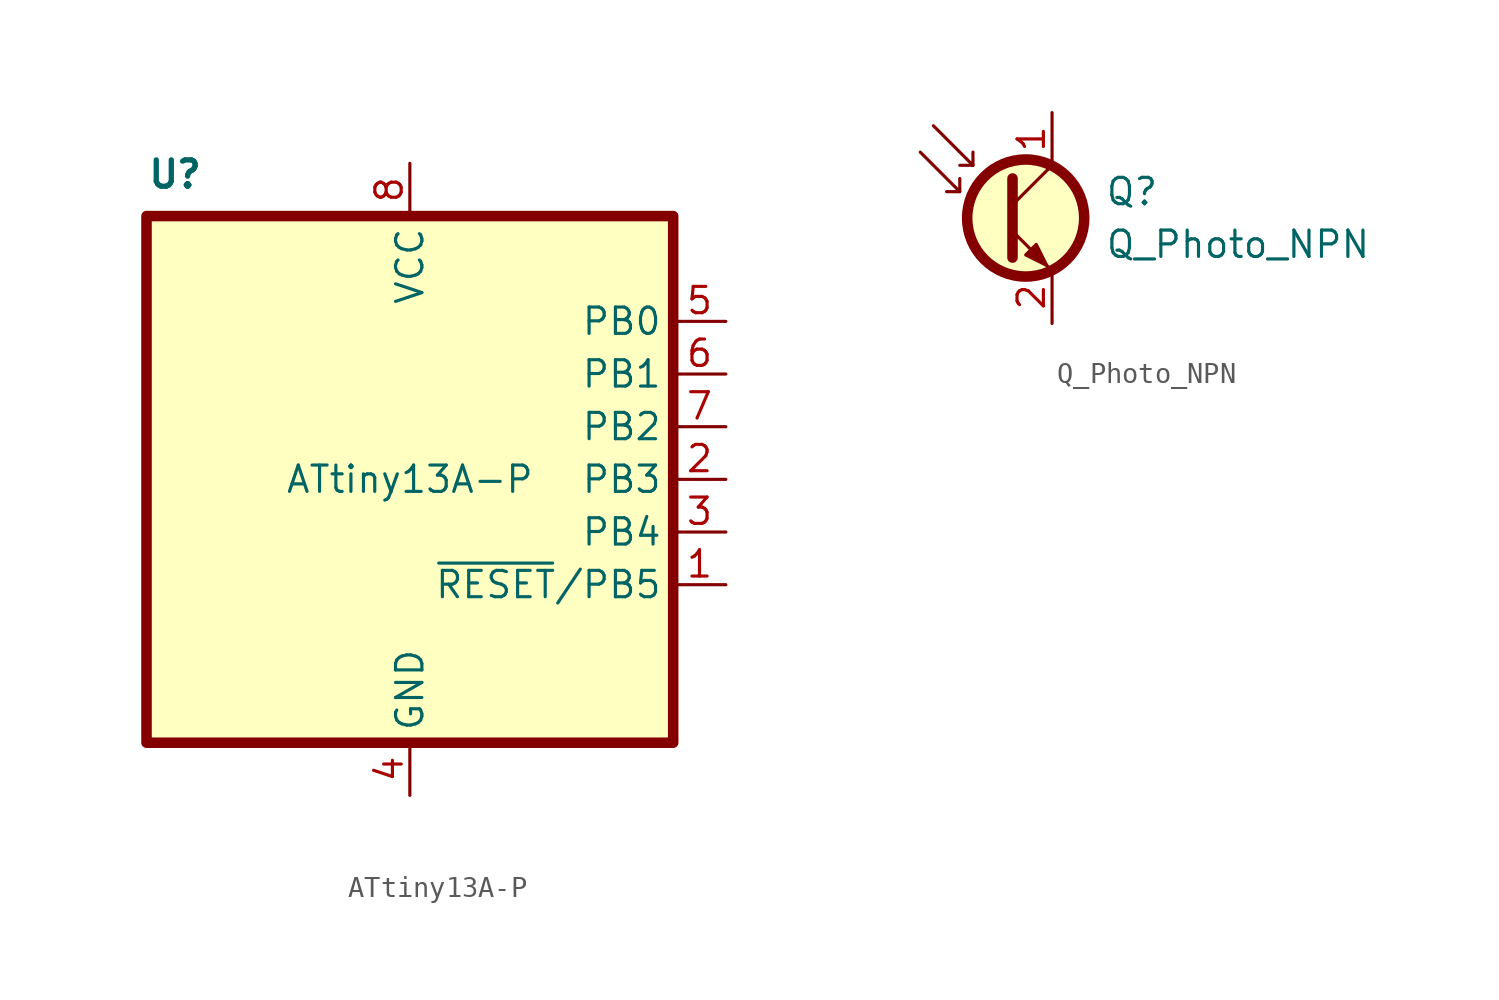
<source format=kicad_sym>
(kicad_symbol_lib
  (version 20220914)
  (generator kicad_symbol_editor)
  (symbol "ATtiny13A-P"
    (property "Reference" "U"
      (at -12.7 13.97 0)
      (effects (font (size 1.27 1.27) bold) (justify left bottom)))
    (property "Value" "ATtiny13A-P"
      (at 0 0 0)
      (effects (font (size 1.27 1.27))))
    (symbol "ATtiny13A-P_1_1"
      (rectangle (start -12.7 12.7) (end 12.7 -12.7) (stroke (width 0.508) (type default)) (fill (type background)))
      (pin bidirectional line (at 15.24 -5.08 180) (length 2.54) (name "~{RESET}/PB5" (effects (font (size 1.27 1.27)))) (number "1" (effects (font (size 1.27 1.27)))))
      (pin bidirectional line (at 15.24 0 180) (length 2.54) (name "PB3" (effects (font (size 1.27 1.27)))) (number "2" (effects (font (size 1.27 1.27)))))
      (pin bidirectional line (at 15.24 -2.54 180) (length 2.54) (name "PB4" (effects (font (size 1.27 1.27)))) (number "3" (effects (font (size 1.27 1.27)))))
      (pin power_in line (at 0 -15.24 90) (length 2.54) (name "GND" (effects (font (size 1.27 1.27)))) (number "4" (effects (font (size 1.27 1.27)))))
      (pin bidirectional line (at 15.24 7.62 180) (length 2.54) (name "PB0" (effects (font (size 1.27 1.27)))) (number "5" (effects (font (size 1.27 1.27)))))
      (pin bidirectional line (at 15.24 5.08 180) (length 2.54) (name "PB1" (effects (font (size 1.27 1.27)))) (number "6" (effects (font (size 1.27 1.27)))))
      (pin bidirectional line (at 15.24 2.54 180) (length 2.54) (name "PB2" (effects (font (size 1.27 1.27)))) (number "7" (effects (font (size 1.27 1.27)))))
      (pin power_in line (at 0 15.24 270) (length 2.54) (name "VCC" (effects (font (size 1.27 1.27)))) (number "8" (effects (font (size 1.27 1.27)))))))
  (symbol "Q_Photo_NPN"
    (pin_names
      (offset 0) hide)
    (property "Reference" "Q"
      (at 5.08 1.27 0)
      (effects (font (size 1.27 1.27)) (justify left)))
    (property "Value" "Q_Photo_NPN"
      (at 5.08 -1.27 0)
      (effects (font (size 1.27 1.27)) (justify left)))
    (symbol "Q_Photo_NPN_0_1"
      (polyline (pts (xy -1.905 1.27) (xy -2.54 1.27)) (stroke (width 0) (type default)) (fill (type none)))
      (polyline (pts (xy -1.27 2.54) (xy -1.905 2.54)) (stroke (width 0) (type default)) (fill (type none)))
      (polyline (pts (xy 0.635 0.635) (xy 2.54 2.54)) (stroke (width 0) (type default)) (fill (type none)))
      (polyline (pts (xy -3.81 3.175) (xy -1.905 1.27) (xy -1.905 1.905)) (stroke (width 0) (type default)) (fill (type none)))
      (polyline (pts (xy -3.175 4.445) (xy -1.27 2.54) (xy -1.27 3.175)) (stroke (width 0) (type default)) (fill (type none)))
      (polyline (pts (xy 0.635 -0.635) (xy 2.54 -2.54) (xy 2.54 -2.54)) (stroke (width 0) (type default)) (fill (type none)))
      (polyline (pts (xy 0.635 1.905) (xy 0.635 -1.905) (xy 0.635 -1.905)) (stroke (width 0.508) (type default)) (fill (type none)))
      (polyline (pts (xy 1.27 -1.778) (xy 1.778 -1.27) (xy 2.286 -2.286) (xy 1.27 -1.778) (xy 1.27 -1.778)) (stroke (width 0) (type default)) (fill (type outline))))
    (symbol "Q_Photo_NPN_1_1"
      (circle (center 1.27 0) (radius 2.819) (stroke (width 0.508) (type default)) (fill (type background)))
      (pin passive line (at 2.54 5.08 270) (length 2.54) (name "C" (effects (font (size 1.27 1.27)))) (number "1" (effects (font (size 1.27 1.27)))))
      (pin passive line (at 2.54 -5.08 90) (length 2.54) (name "E" (effects (font (size 1.27 1.27)))) (number "2" (effects (font (size 1.27 1.27))))))))
</source>
